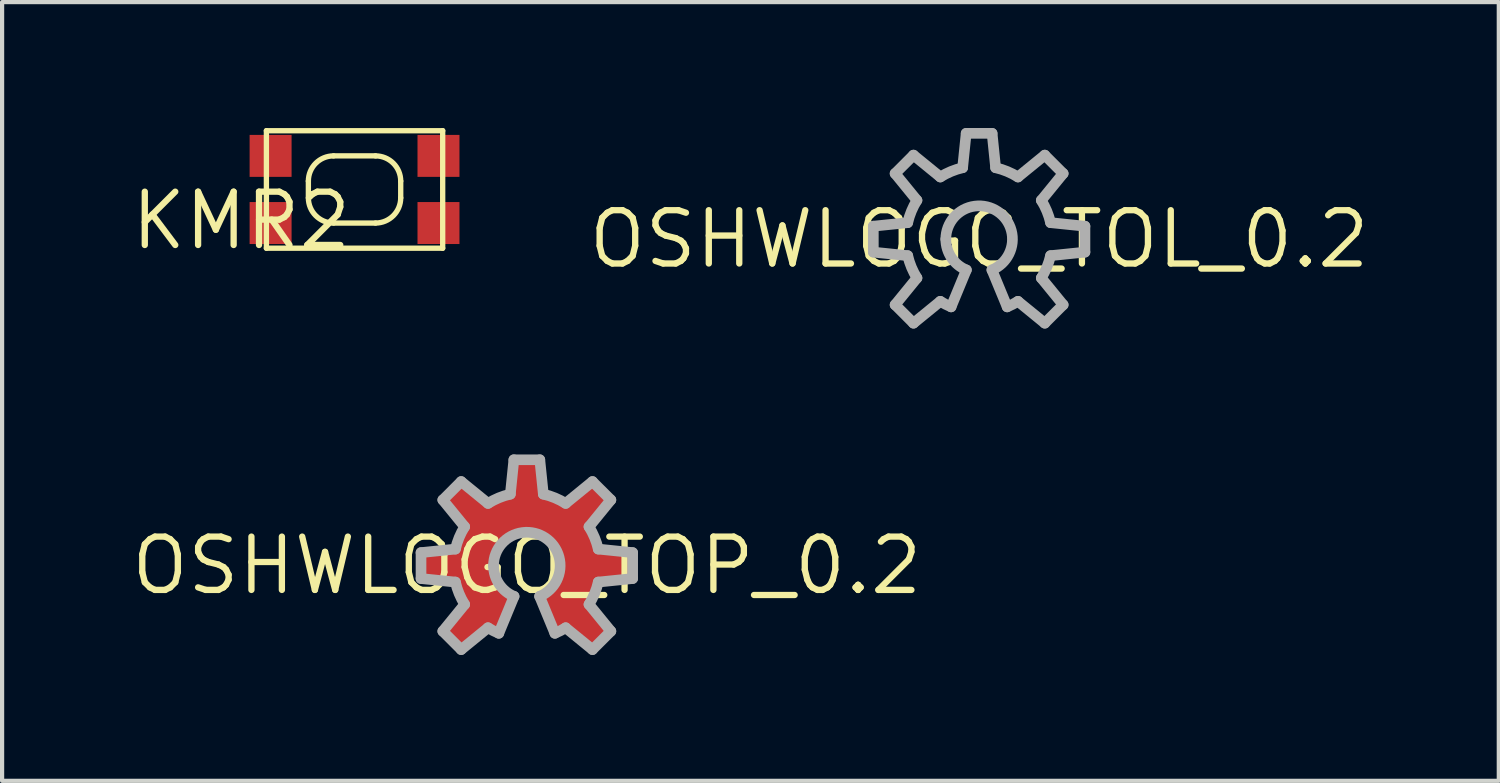
<source format=kicad_pcb>
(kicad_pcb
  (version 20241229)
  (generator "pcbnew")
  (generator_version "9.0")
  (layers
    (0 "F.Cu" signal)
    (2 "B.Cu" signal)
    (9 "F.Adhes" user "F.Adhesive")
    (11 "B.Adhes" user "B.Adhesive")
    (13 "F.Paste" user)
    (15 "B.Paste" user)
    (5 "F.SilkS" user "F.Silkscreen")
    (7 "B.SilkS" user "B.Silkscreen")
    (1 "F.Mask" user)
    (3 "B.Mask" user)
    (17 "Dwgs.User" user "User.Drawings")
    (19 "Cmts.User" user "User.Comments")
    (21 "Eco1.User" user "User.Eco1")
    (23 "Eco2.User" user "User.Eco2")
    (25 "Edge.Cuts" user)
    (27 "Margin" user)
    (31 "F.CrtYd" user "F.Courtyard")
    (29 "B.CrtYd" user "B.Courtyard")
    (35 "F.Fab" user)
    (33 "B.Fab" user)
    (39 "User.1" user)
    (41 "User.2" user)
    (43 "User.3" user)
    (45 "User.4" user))
  (footprint "KMR2"
    (layer "F.Cu")
    (at 5.397 1.464)
    (property "Reference" "KMR2" (at 0 0 0) (layer "F.SilkS") (effects (font (size 1.27 1.27) (thickness 0.15)) (justify right top)))
    (attr through_hole)
    (fp_line (start -2.1 -1.4) (end 2.1 -1.4) (stroke (width 0.127) (type solid)) (layer "F.SilkS"))
    (fp_line (start -2.1 1.4) (end -2.1 -1.4) (stroke (width 0.127) (type solid)) (layer "F.SilkS"))
    (fp_line (start -1.1 0.2) (end -1.1 -0.2) (stroke (width 0.127) (type solid)) (layer "F.SilkS"))
    (fp_line (start -0.5 -0.8) (end 0.5 -0.8) (stroke (width 0.127) (type solid)) (layer "F.SilkS"))
    (fp_line (start 0.5 0.8) (end -0.5 0.8) (stroke (width 0.127) (type solid)) (layer "F.SilkS"))
    (fp_line (start 1.1 -0.2) (end 1.1 0.2) (stroke (width 0.127) (type solid)) (layer "F.SilkS"))
    (fp_line (start 2.1 -1.4) (end 2.1 1.4) (stroke (width 0.127) (type solid)) (layer "F.SilkS"))
    (fp_line (start 2.1 1.4) (end -2.1 1.4) (stroke (width 0.127) (type solid)) (layer "F.SilkS"))
    (fp_arc (start -1.1 -0.2) (mid -0.924263 -0.624264) (end -0.499998 -0.8) (stroke (width 0.127) (type solid)) (layer "F.SilkS"))
    (fp_arc (start -0.5 0.8) (mid -0.924264 0.624263) (end -1.1 0.199998) (stroke (width 0.127) (type solid)) (layer "F.SilkS"))
    (fp_arc (start 0.5 -0.8) (mid 0.924264 -0.624263) (end 1.1 -0.199998) (stroke (width 0.127) (type solid)) (layer "F.SilkS"))
    (fp_arc (start 1.1 0.2) (mid 0.924263 0.624264) (end 0.499998 0.8) (stroke (width 0.127) (type solid)) (layer "F.SilkS"))
    (pad "1" smd rect (at 2 -0.8) (size 1 1) (layers "F.Cu" "F.Mask" "F.Paste"))
    (pad "2" smd rect (at 2 0.8) (size 1 1) (layers "F.Cu" "F.Mask" "F.Paste"))
    (pad "3" smd rect (at -2 -0.8) (size 1 1) (layers "F.Cu" "F.Mask" "F.Paste"))
    (pad "4" smd rect (at -2 0.8) (size 1 1) (layers "F.Cu" "F.Mask" "F.Paste")))
  (footprint "OSHWLOGO_TOP_0.2"
    (layer "F.Cu")
    (at 9.502 10.425)
    (property "Reference" "OSHWLOGO_TOP_0.2" (at 0 0 0) (layer "F.SilkS") (effects (font (size 1.27 1.27) (thickness 0.15))))
    (attr through_hole)
    (fp_poly (pts (xy 0.668 1.613) (xy 0.925 1.481) (xy 1.564 2.002) (xy 2.002 1.564) (xy 1.481 0.925) (xy 1.702 0.393) (xy 2.521 0.309) (xy 2.521 -0.309) (xy 1.702 -0.393) (xy 1.481 -0.925) (xy 2.002 -1.564) (xy 1.564 -2.002) (xy 0.925 -1.481) (xy 0.393 -1.702) (xy 0.309 -2.521) (xy -0.309 -2.521) (xy -0.393 -1.702) (xy -0.925 -1.481) (xy -1.564 -2.002) (xy -2.002 -1.564) (xy -1.481 -0.925) (xy -1.613 -0.668) (xy -1.702 -0.393) (xy -2.521 -0.309) (xy -2.521 0.309) (xy -1.702 0.393) (xy -1.613 0.668) (xy -1.481 0.925) (xy -2.002 1.564) (xy -1.564 2.002) (xy -0.925 1.481) (xy -0.8 1.552) (xy -0.668 1.613) (xy -0.304 0.733) (xy -0.304 0.733) (xy -0.504 0.614) (xy -0.66 0.441) (xy -0.76 0.23) (xy -0.794 0) (xy -0.794 -0.000002) (xy -0.771 -0.189) (xy -0.704 -0.366) (xy -0.597 -0.523) (xy -0.455 -0.65) (xy -0.288 -0.74) (xy -0.104 -0.787) (xy 0.086 -0.789) (xy 0.271 -0.746) (xy 0.441 -0.66) (xy 0.585 -0.536) (xy 0.696 -0.382) (xy 0.767 -0.205) (xy 0.794 -0.017) (xy 0.775 0.172) (xy 0.712 0.351) (xy 0.608 0.51) (xy 0.304 0.733)) (stroke (width 0) (type solid)) (fill yes) (layer "F.Cu"))
    (fp_line (start -2.521 -0.309) (end -2.521 0.309) (stroke (width 0.254) (type solid)) (layer "F.Fab"))
    (fp_line (start -2.521 0.309) (end -1.702 0.393) (stroke (width 0.254) (type solid)) (layer "F.Fab"))
    (fp_line (start -2.002 -1.564) (end -1.481 -0.925) (stroke (width 0.254) (type solid)) (layer "F.Fab"))
    (fp_line (start -2.002 1.564) (end -1.564 2.002) (stroke (width 0.254) (type solid)) (layer "F.Fab"))
    (fp_line (start -1.702 -0.393) (end -2.521 -0.309) (stroke (width 0.254) (type solid)) (layer "F.Fab"))
    (fp_line (start -1.564 -2.002) (end -2.002 -1.564) (stroke (width 0.254) (type solid)) (layer "F.Fab"))
    (fp_line (start -1.564 2.002) (end -0.925 1.481) (stroke (width 0.254) (type solid)) (layer "F.Fab"))
    (fp_line (start -1.481 0.925) (end -2.002 1.564) (stroke (width 0.254) (type solid)) (layer "F.Fab"))
    (fp_line (start -0.925 -1.481) (end -1.564 -2.002) (stroke (width 0.254) (type solid)) (layer "F.Fab"))
    (fp_line (start -0.668 1.613) (end -0.304 0.733) (stroke (width 0.254) (type solid)) (layer "F.Fab"))
    (fp_line (start -0.309 -2.521) (end -0.393 -1.702) (stroke (width 0.254) (type solid)) (layer "F.Fab"))
    (fp_line (start 0.304 0.733) (end 0.668 1.613) (stroke (width 0.254) (type solid)) (layer "F.Fab"))
    (fp_line (start 0.309 -2.521) (end -0.309 -2.521) (stroke (width 0.254) (type solid)) (layer "F.Fab"))
    (fp_line (start 0.393 -1.702) (end 0.309 -2.521) (stroke (width 0.254) (type solid)) (layer "F.Fab"))
    (fp_line (start 0.925 1.481) (end 1.564 2.002) (stroke (width 0.254) (type solid)) (layer "F.Fab"))
    (fp_line (start 1.481 -0.925) (end 2.002 -1.564) (stroke (width 0.254) (type solid)) (layer "F.Fab"))
    (fp_line (start 1.564 -2.002) (end 0.925 -1.481) (stroke (width 0.254) (type solid)) (layer "F.Fab"))
    (fp_line (start 1.564 2.002) (end 2.002 1.564) (stroke (width 0.254) (type solid)) (layer "F.Fab"))
    (fp_line (start 1.702 0.393) (end 2.521 0.309) (stroke (width 0.254) (type solid)) (layer "F.Fab"))
    (fp_line (start 2.002 -1.564) (end 1.564 -2.002) (stroke (width 0.254) (type solid)) (layer "F.Fab"))
    (fp_line (start 2.002 1.564) (end 1.481 0.925) (stroke (width 0.254) (type solid)) (layer "F.Fab"))
    (fp_line (start 2.521 -0.309) (end 1.702 -0.393) (stroke (width 0.254) (type solid)) (layer "F.Fab"))
    (fp_line (start 2.521 0.309) (end 2.521 -0.309) (stroke (width 0.254) (type solid)) (layer "F.Fab"))
    (fp_arc (start -1.7015 -0.3928) (mid -1.61333 -0.668266) (end -1.4809 -0.9254) (stroke (width 0.254) (type solid)) (layer "F.Fab"))
    (fp_arc (start -1.4809 0.9254) (mid -1.61333 0.668266) (end -1.7015 0.3928) (stroke (width 0.254) (type solid)) (layer "F.Fab"))
    (fp_arc (start -0.9254 -1.4809) (mid -0.668266 -1.61333) (end -0.3928 -1.7015) (stroke (width 0.254) (type solid)) (layer "F.Fab"))
    (fp_arc (start -0.7938 0) (mid 0.440947 -0.659884) (end 0.303801 0.733399) (stroke (width 0.254) (type solid)) (layer "F.Fab"))
    (fp_arc (start -0.6683 1.6134) (mid -0.799598 1.552482) (end -0.9254 1.4809) (stroke (width 0.254) (type solid)) (layer "F.Fab"))
    (fp_arc (start -0.3038 0.7334) (mid -0.660055 0.441031) (end -0.7938 -0.000002) (stroke (width 0.254) (type solid)) (layer "F.Fab"))
    (fp_arc (start 0.3928 -1.7015) (mid 0.668266 -1.61333) (end 0.9254 -1.4809) (stroke (width 0.254) (type solid)) (layer "F.Fab"))
    (fp_arc (start 0.9254 1.4809) (mid 0.799598 1.552482) (end 0.6683 1.6134) (stroke (width 0.254) (type solid)) (layer "F.Fab"))
    (fp_arc (start 1.4809 -0.9254) (mid 1.61333 -0.668266) (end 1.7015 -0.3928) (stroke (width 0.254) (type solid)) (layer "F.Fab"))
    (fp_arc (start 1.7015 0.3928) (mid 1.61333 0.668266) (end 1.4809 0.9254) (stroke (width 0.254) (type solid)) (layer "F.Fab")))
  (footprint "OSHWLOGO_TOL_0.2"
    (layer "F.Cu")
    (at 20.278 2.648)
    (property "Reference" "OSHWLOGO_TOL_0.2" (at 0 0 0) (layer "F.SilkS") (effects (font (size 1.27 1.27) (thickness 0.15))))
    (attr through_hole)
    (fp_line (start -2.521 -0.309) (end -2.521 0.309) (stroke (width 0.254) (type solid)) (layer "F.Fab"))
    (fp_line (start -2.521 0.309) (end -1.702 0.393) (stroke (width 0.254) (type solid)) (layer "F.Fab"))
    (fp_line (start -2.002 -1.564) (end -1.481 -0.925) (stroke (width 0.254) (type solid)) (layer "F.Fab"))
    (fp_line (start -2.002 1.564) (end -1.564 2.002) (stroke (width 0.254) (type solid)) (layer "F.Fab"))
    (fp_line (start -1.702 -0.393) (end -2.521 -0.309) (stroke (width 0.254) (type solid)) (layer "F.Fab"))
    (fp_line (start -1.564 -2.002) (end -2.002 -1.564) (stroke (width 0.254) (type solid)) (layer "F.Fab"))
    (fp_line (start -1.564 2.002) (end -0.925 1.481) (stroke (width 0.254) (type solid)) (layer "F.Fab"))
    (fp_line (start -1.481 0.925) (end -2.002 1.564) (stroke (width 0.254) (type solid)) (layer "F.Fab"))
    (fp_line (start -0.925 -1.481) (end -1.564 -2.002) (stroke (width 0.254) (type solid)) (layer "F.Fab"))
    (fp_line (start -0.668 1.613) (end -0.304 0.733) (stroke (width 0.254) (type solid)) (layer "F.Fab"))
    (fp_line (start -0.309 -2.521) (end -0.393 -1.702) (stroke (width 0.254) (type solid)) (layer "F.Fab"))
    (fp_line (start 0.304 0.733) (end 0.668 1.613) (stroke (width 0.254) (type solid)) (layer "F.Fab"))
    (fp_line (start 0.309 -2.521) (end -0.309 -2.521) (stroke (width 0.254) (type solid)) (layer "F.Fab"))
    (fp_line (start 0.393 -1.702) (end 0.309 -2.521) (stroke (width 0.254) (type solid)) (layer "F.Fab"))
    (fp_line (start 0.925 1.481) (end 1.564 2.002) (stroke (width 0.254) (type solid)) (layer "F.Fab"))
    (fp_line (start 1.481 -0.925) (end 2.002 -1.564) (stroke (width 0.254) (type solid)) (layer "F.Fab"))
    (fp_line (start 1.564 -2.002) (end 0.925 -1.481) (stroke (width 0.254) (type solid)) (layer "F.Fab"))
    (fp_line (start 1.564 2.002) (end 2.002 1.564) (stroke (width 0.254) (type solid)) (layer "F.Fab"))
    (fp_line (start 1.702 0.393) (end 2.521 0.309) (stroke (width 0.254) (type solid)) (layer "F.Fab"))
    (fp_line (start 2.002 -1.564) (end 1.564 -2.002) (stroke (width 0.254) (type solid)) (layer "F.Fab"))
    (fp_line (start 2.002 1.564) (end 1.481 0.925) (stroke (width 0.254) (type solid)) (layer "F.Fab"))
    (fp_line (start 2.521 -0.309) (end 1.702 -0.393) (stroke (width 0.254) (type solid)) (layer "F.Fab"))
    (fp_line (start 2.521 0.309) (end 2.521 -0.309) (stroke (width 0.254) (type solid)) (layer "F.Fab"))
    (fp_arc (start -1.7015 -0.3928) (mid -1.61333 -0.668266) (end -1.4809 -0.9254) (stroke (width 0.254) (type solid)) (layer "F.Fab"))
    (fp_arc (start -1.4809 0.9254) (mid -1.61333 0.668266) (end -1.7015 0.3928) (stroke (width 0.254) (type solid)) (layer "F.Fab"))
    (fp_arc (start -0.9254 -1.4809) (mid -0.668266 -1.61333) (end -0.3928 -1.7015) (stroke (width 0.254) (type solid)) (layer "F.Fab"))
    (fp_arc (start -0.7938 0) (mid 0.440947 -0.659884) (end 0.303801 0.733399) (stroke (width 0.254) (type solid)) (layer "F.Fab"))
    (fp_arc (start -0.6683 1.6134) (mid -0.799598 1.552482) (end -0.9254 1.4809) (stroke (width 0.254) (type solid)) (layer "F.Fab"))
    (fp_arc (start -0.3038 0.7334) (mid -0.660055 0.441031) (end -0.7938 -0.000002) (stroke (width 0.254) (type solid)) (layer "F.Fab"))
    (fp_arc (start 0.3928 -1.7015) (mid 0.668266 -1.61333) (end 0.9254 -1.4809) (stroke (width 0.254) (type solid)) (layer "F.Fab"))
    (fp_arc (start 0.9254 1.4809) (mid 0.799598 1.552482) (end 0.6683 1.6134) (stroke (width 0.254) (type solid)) (layer "F.Fab"))
    (fp_arc (start 1.4809 -0.9254) (mid 1.61333 -0.668266) (end 1.7015 -0.3928) (stroke (width 0.254) (type solid)) (layer "F.Fab"))
    (fp_arc (start 1.7015 0.3928) (mid 1.61333 0.668266) (end 1.4809 0.9254) (stroke (width 0.254) (type solid)) (layer "F.Fab"))
    (fp_poly (pts (xy 0.668 1.613) (xy 0.925 1.481) (xy 1.564 2.002) (xy 2.002 1.564) (xy 1.481 0.925) (xy 1.702 0.393) (xy 2.521 0.309) (xy 2.521 -0.309) (xy 1.702 -0.393) (xy 1.481 -0.925) (xy 2.002 -1.564) (xy 1.564 -2.002) (xy 0.925 -1.481) (xy 0.393 -1.702) (xy 0.309 -2.521) (xy -0.309 -2.521) (xy -0.393 -1.702) (xy -0.925 -1.481) (xy -1.564 -2.002) (xy -2.002 -1.564) (xy -1.481 -0.925) (xy -1.613 -0.668) (xy -1.702 -0.393) (xy -2.521 -0.309) (xy -2.521 0.309) (xy -1.702 0.393) (xy -1.613 0.668) (xy -1.481 0.925) (xy -2.002 1.564) (xy -1.564 2.002) (xy -0.925 1.481) (xy -0.8 1.552) (xy -0.668 1.613) (xy -0.304 0.733) (xy -0.304 0.733) (xy -0.504 0.614) (xy -0.66 0.441) (xy -0.76 0.23) (xy -0.794 0) (xy -0.794 -0.000002) (xy -0.771 -0.189) (xy -0.704 -0.366) (xy -0.597 -0.523) (xy -0.455 -0.65) (xy -0.288 -0.74) (xy -0.104 -0.787) (xy 0.086 -0.789) (xy 0.271 -0.746) (xy 0.441 -0.66) (xy 0.585 -0.536) (xy 0.696 -0.382) (xy 0.767 -0.205) (xy 0.794 -0.017) (xy 0.775 0.172) (xy 0.712 0.351) (xy 0.608 0.51) (xy 0.304 0.733)) (stroke (width 0.1) (type solid)) (fill no) (layer "F.Fab")))
  (gr_rect
    (start -3 -3)
    (end 32.659 15.553)
    (stroke (width 0.1) (type default))
    (fill no)
    (layer "Edge.Cuts")))
</source>
